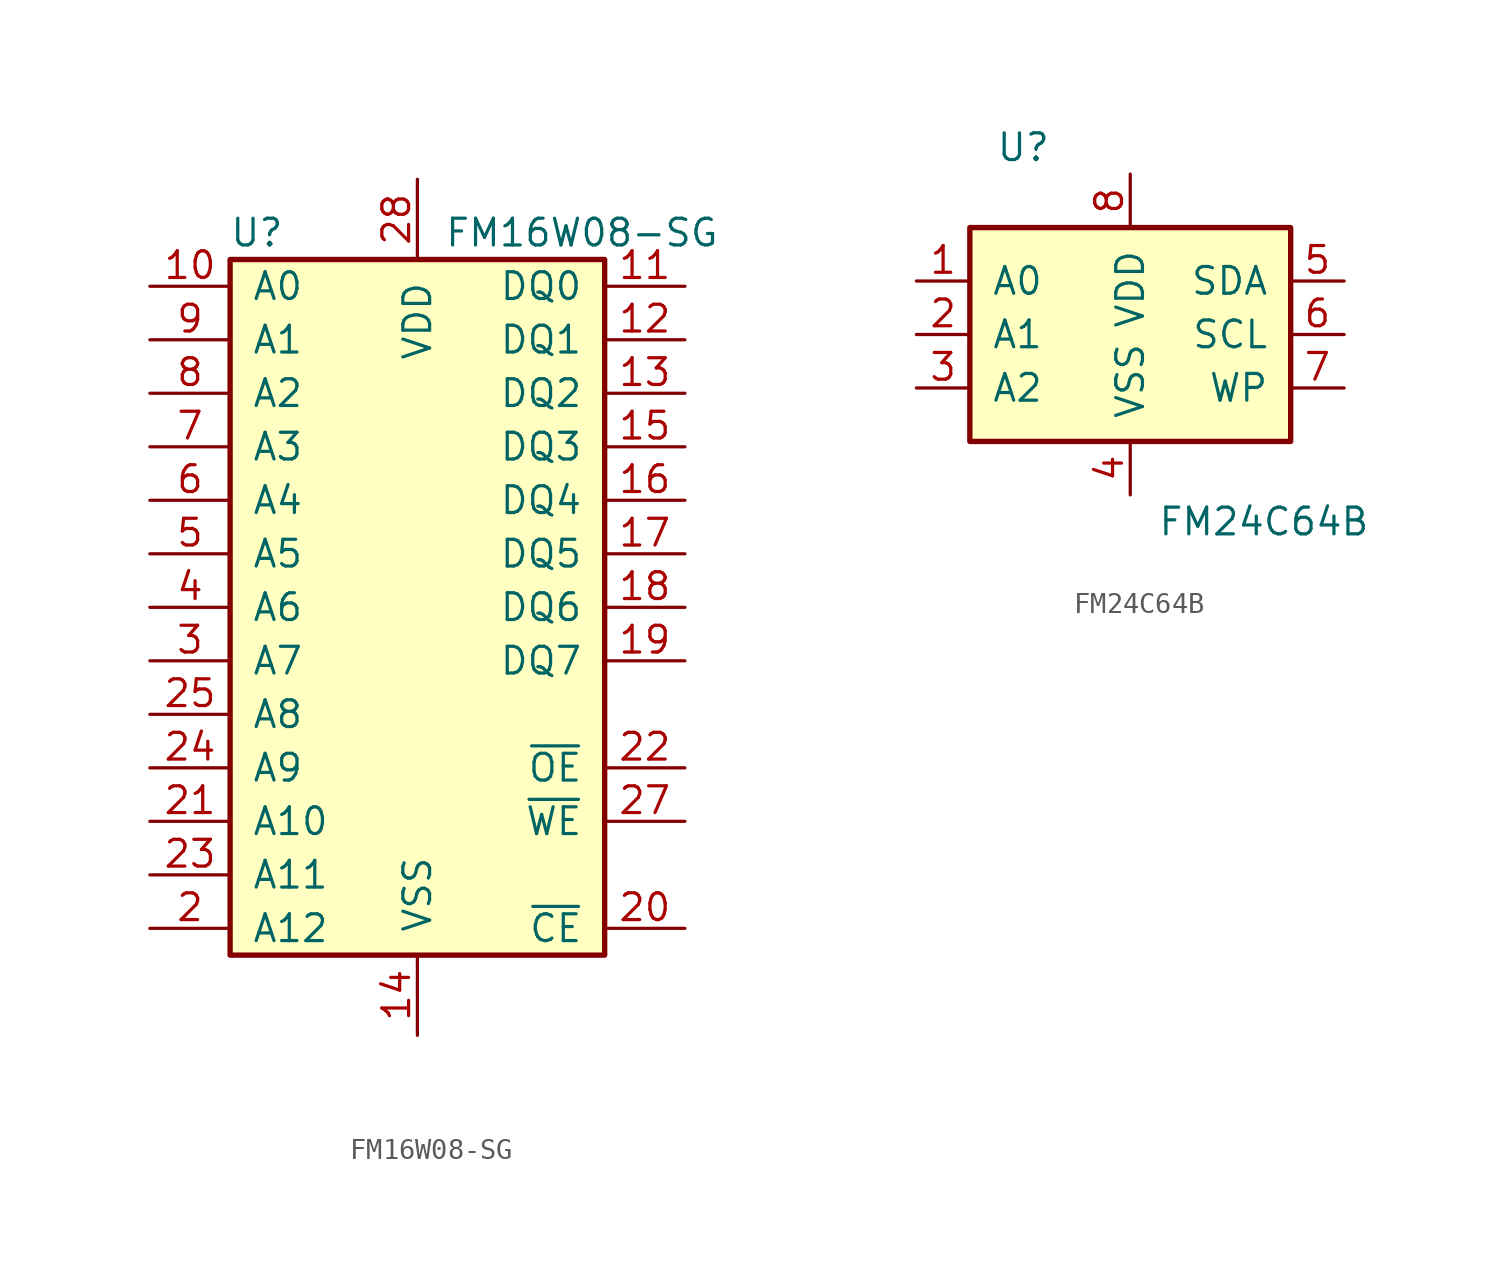
<source format=kicad_sym>
(kicad_symbol_lib
  (version 20231120)
  (generator "kicad_symbol_editor")
  (generator_version "8.0")
  (symbol "FM16W08-SG"
    (pin_names
      (offset 1.016))
    (property "Reference" "U"
      (at -7.62 17.78 0)
      (effects (font (size 1.27 1.27))))
    (property "Value" "FM16W08-SG"
      (at 1.27 17.78 0)
      (effects (font (size 1.27 1.27)) (justify left)))
    (symbol "FM16W08-SG_0_1"
      (rectangle (start -8.89 16.51) (end 8.89 -16.51) (stroke (width 0.254) (type default)) (fill (type background))))
    (symbol "FM16W08-SG_1_1"
      (pin input line (at -12.7 15.24 0) (length 3.81) (name "A0" (effects (font (size 1.27 1.27)))) (number "10" (effects (font (size 1.27 1.27)))))
      (pin bidirectional line (at 12.7 15.24 180) (length 3.81) (name "DQ0" (effects (font (size 1.27 1.27)))) (number "11" (effects (font (size 1.27 1.27)))))
      (pin bidirectional line (at 12.7 12.7 180) (length 3.81) (name "DQ1" (effects (font (size 1.27 1.27)))) (number "12" (effects (font (size 1.27 1.27)))))
      (pin bidirectional line (at 12.7 10.16 180) (length 3.81) (name "DQ2" (effects (font (size 1.27 1.27)))) (number "13" (effects (font (size 1.27 1.27)))))
      (pin power_in line (at 0 -20.32 90) (length 3.81) (name "VSS" (effects (font (size 1.27 1.27)))) (number "14" (effects (font (size 1.27 1.27)))))
      (pin bidirectional line (at 12.7 7.62 180) (length 3.81) (name "DQ3" (effects (font (size 1.27 1.27)))) (number "15" (effects (font (size 1.27 1.27)))))
      (pin bidirectional line (at 12.7 5.08 180) (length 3.81) (name "DQ4" (effects (font (size 1.27 1.27)))) (number "16" (effects (font (size 1.27 1.27)))))
      (pin bidirectional line (at 12.7 2.54 180) (length 3.81) (name "DQ5" (effects (font (size 1.27 1.27)))) (number "17" (effects (font (size 1.27 1.27)))))
      (pin bidirectional line (at 12.7 0 180) (length 3.81) (name "DQ6" (effects (font (size 1.27 1.27)))) (number "18" (effects (font (size 1.27 1.27)))))
      (pin bidirectional line (at 12.7 -2.54 180) (length 3.81) (name "DQ7" (effects (font (size 1.27 1.27)))) (number "19" (effects (font (size 1.27 1.27)))))
      (pin input line (at -12.7 -15.24 0) (length 3.81) (name "A12" (effects (font (size 1.27 1.27)))) (number "2" (effects (font (size 1.27 1.27)))))
      (pin input line (at 12.7 -15.24 180) (length 3.81) (name "~{CE}" (effects (font (size 1.27 1.27)))) (number "20" (effects (font (size 1.27 1.27)))))
      (pin input line (at -12.7 -10.16 0) (length 3.81) (name "A10" (effects (font (size 1.27 1.27)))) (number "21" (effects (font (size 1.27 1.27)))))
      (pin input line (at 12.7 -7.62 180) (length 3.81) (name "~{OE}" (effects (font (size 1.27 1.27)))) (number "22" (effects (font (size 1.27 1.27)))))
      (pin input line (at -12.7 -12.7 0) (length 3.81) (name "A11" (effects (font (size 1.27 1.27)))) (number "23" (effects (font (size 1.27 1.27)))))
      (pin input line (at -12.7 -7.62 0) (length 3.81) (name "A9" (effects (font (size 1.27 1.27)))) (number "24" (effects (font (size 1.27 1.27)))))
      (pin input line (at -12.7 -5.08 0) (length 3.81) (name "A8" (effects (font (size 1.27 1.27)))) (number "25" (effects (font (size 1.27 1.27)))))
      (pin input line (at 12.7 -10.16 180) (length 3.81) (name "~{WE}" (effects (font (size 1.27 1.27)))) (number "27" (effects (font (size 1.27 1.27)))))
      (pin power_in line (at 0 20.32 270) (length 3.81) (name "VDD" (effects (font (size 1.27 1.27)))) (number "28" (effects (font (size 1.27 1.27)))))
      (pin input line (at -12.7 -2.54 0) (length 3.81) (name "A7" (effects (font (size 1.27 1.27)))) (number "3" (effects (font (size 1.27 1.27)))))
      (pin input line (at -12.7 0 0) (length 3.81) (name "A6" (effects (font (size 1.27 1.27)))) (number "4" (effects (font (size 1.27 1.27)))))
      (pin input line (at -12.7 2.54 0) (length 3.81) (name "A5" (effects (font (size 1.27 1.27)))) (number "5" (effects (font (size 1.27 1.27)))))
      (pin input line (at -12.7 5.08 0) (length 3.81) (name "A4" (effects (font (size 1.27 1.27)))) (number "6" (effects (font (size 1.27 1.27)))))
      (pin input line (at -12.7 7.62 0) (length 3.81) (name "A3" (effects (font (size 1.27 1.27)))) (number "7" (effects (font (size 1.27 1.27)))))
      (pin input line (at -12.7 10.16 0) (length 3.81) (name "A2" (effects (font (size 1.27 1.27)))) (number "8" (effects (font (size 1.27 1.27)))))
      (pin input line (at -12.7 12.7 0) (length 3.81) (name "A1" (effects (font (size 1.27 1.27)))) (number "9" (effects (font (size 1.27 1.27)))))))
  (symbol "FM24C64B"
    (pin_names
      (offset 1.016))
    (property "Reference" "U"
      (at -5.08 8.89 0)
      (effects (font (size 1.27 1.27))))
    (property "Value" "FM24C64B"
      (at 6.35 -8.89 0)
      (effects (font (size 1.27 1.27))))
    (symbol "FM24C64B_0_1"
      (rectangle (start -7.62 5.08) (end 7.62 -5.08) (stroke (width 0.254) (type default)) (fill (type background))))
    (symbol "FM24C64B_1_1"
      (pin input line (at -10.16 2.54 0) (length 2.54) (name "A0" (effects (font (size 1.27 1.27)))) (number "1" (effects (font (size 1.27 1.27)))))
      (pin input line (at -10.16 0 0) (length 2.54) (name "A1" (effects (font (size 1.27 1.27)))) (number "2" (effects (font (size 1.27 1.27)))))
      (pin input line (at -10.16 -2.54 0) (length 2.54) (name "A2" (effects (font (size 1.27 1.27)))) (number "3" (effects (font (size 1.27 1.27)))))
      (pin power_in line (at 0 -7.62 90) (length 2.54) (name "VSS" (effects (font (size 1.27 1.27)))) (number "4" (effects (font (size 1.27 1.27)))))
      (pin bidirectional line (at 10.16 2.54 180) (length 2.54) (name "SDA" (effects (font (size 1.27 1.27)))) (number "5" (effects (font (size 1.27 1.27)))))
      (pin input line (at 10.16 0 180) (length 2.54) (name "SCL" (effects (font (size 1.27 1.27)))) (number "6" (effects (font (size 1.27 1.27)))))
      (pin input line (at 10.16 -2.54 180) (length 2.54) (name "WP" (effects (font (size 1.27 1.27)))) (number "7" (effects (font (size 1.27 1.27)))))
      (pin power_in line (at 0 7.62 270) (length 2.54) (name "VDD" (effects (font (size 1.27 1.27)))) (number "8" (effects (font (size 1.27 1.27))))))))
</source>
